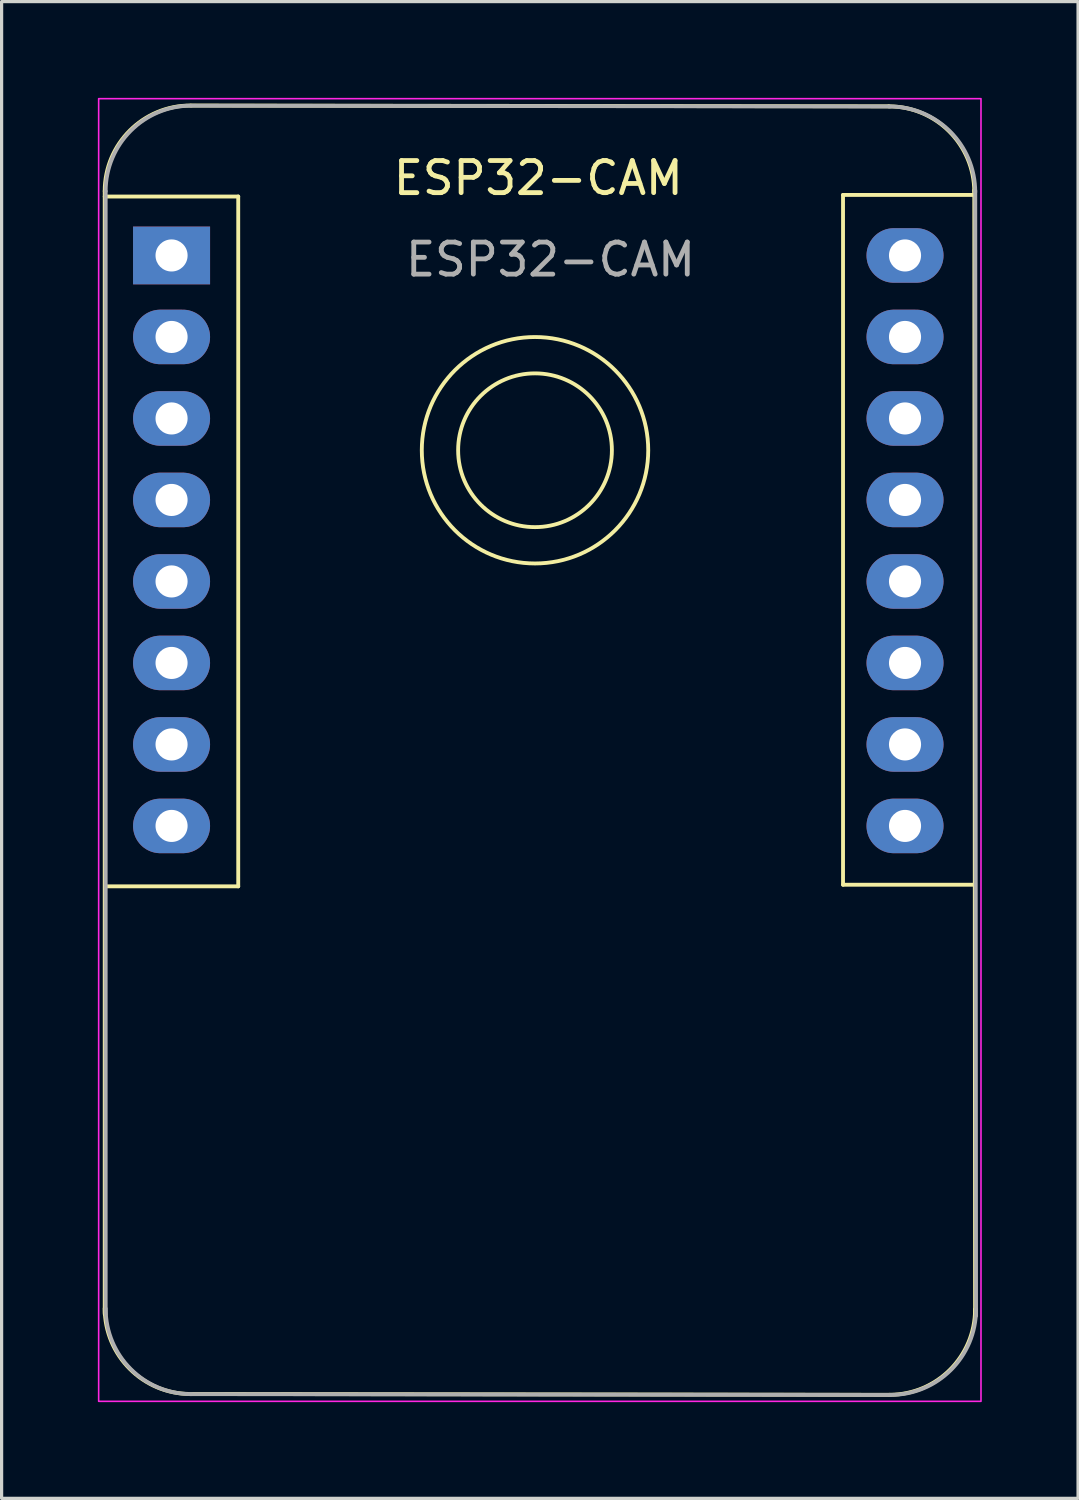
<source format=kicad_pcb>
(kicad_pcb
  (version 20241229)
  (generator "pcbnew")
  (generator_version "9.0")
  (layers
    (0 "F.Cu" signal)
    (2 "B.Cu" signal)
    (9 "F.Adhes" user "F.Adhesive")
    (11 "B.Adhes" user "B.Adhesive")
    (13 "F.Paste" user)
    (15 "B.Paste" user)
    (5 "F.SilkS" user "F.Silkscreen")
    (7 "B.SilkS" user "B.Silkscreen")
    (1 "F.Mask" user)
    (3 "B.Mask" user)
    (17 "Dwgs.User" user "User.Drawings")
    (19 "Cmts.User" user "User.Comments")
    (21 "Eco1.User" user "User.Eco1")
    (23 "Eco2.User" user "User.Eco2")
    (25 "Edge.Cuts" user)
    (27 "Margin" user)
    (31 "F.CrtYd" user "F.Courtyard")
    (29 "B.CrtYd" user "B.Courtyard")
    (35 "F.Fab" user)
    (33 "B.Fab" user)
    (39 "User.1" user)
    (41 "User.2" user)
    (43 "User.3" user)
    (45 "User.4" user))
  (footprint "ESP32-CAM"
    (layer "F.Cu")
    (at 13.625 16.825)
    (property "Reference" "ESP32-CAM" (at 0.102 -14.326 0) (layer "F.SilkS") (effects (font (size 1 1) (thickness 0.15))))
    (attr through_hole)
    (fp_line (start -13.411 -13.919) (end -13.411 21.082) (stroke (width 0.12) (type solid)) (layer "F.SilkS"))
    (fp_line (start -13.411 -13.75) (end -9.25 -13.75) (stroke (width 0.12) (type solid)) (layer "F.SilkS"))
    (fp_line (start -10.719 -16.586) (end 11.024 -16.561) (stroke (width 0.12) (type solid)) (layer "F.SilkS"))
    (fp_line (start -9.25 -13.75) (end -9.25 7.75) (stroke (width 0.12) (type solid)) (layer "F.SilkS"))
    (fp_line (start -9.25 7.75) (end -13.4 7.75) (stroke (width 0.12) (type solid)) (layer "F.SilkS"))
    (fp_line (start 9.6 -13.8) (end 13.691 -13.8) (stroke (width 0.12) (type solid)) (layer "F.SilkS"))
    (fp_line (start 9.6 7.7) (end 9.6 -13.8) (stroke (width 0.12) (type solid)) (layer "F.SilkS"))
    (fp_line (start 11.049 23.597) (end -10.795 23.571) (stroke (width 0.12) (type solid)) (layer "F.SilkS"))
    (fp_line (start 13.691 -13.945) (end 13.716 21.133) (stroke (width 0.12) (type solid)) (layer "F.SilkS"))
    (fp_line (start 13.7 7.7) (end 9.6 7.7) (stroke (width 0.12) (type solid)) (layer "F.SilkS"))
    (fp_arc (start -13.4112 -13.9192) (mid -12.630054 -15.805054) (end -10.7442 -16.5862) (stroke (width 0.12) (type solid)) (layer "F.SilkS"))
    (fp_arc (start -10.7442 23.5712) (mid -12.630054 22.790054) (end -13.4112 20.9042) (stroke (width 0.12) (type solid)) (layer "F.SilkS"))
    (fp_arc (start 11.0236 -16.5608) (mid 12.909454 -15.779654) (end 13.6906 -13.8938) (stroke (width 0.12) (type solid)) (layer "F.SilkS"))
    (fp_arc (start 13.716 20.9296) (mid 12.934854 22.815454) (end 11.049 23.5966) (stroke (width 0.12) (type solid)) (layer "F.SilkS"))
    (fp_circle (center 0 -5.842) (end 2.032 -4.572) (stroke (width 0.12) (type solid)) (fill no) (layer "F.SilkS"))
    (fp_circle (center 0 -5.842) (end 3.048 -4.064) (stroke (width 0.12) (type solid)) (fill no) (layer "F.SilkS"))
    (fp_rect (start -13.6 -16.8) (end 13.9 23.8) (stroke (width 0.05) (type solid)) (fill no) (layer "F.CrtYd"))
    (fp_line (start -13.381 -13.914) (end -13.381 21.087) (stroke (width 0.12) (type solid)) (layer "F.Fab"))
    (fp_line (start -10.689 -16.581) (end 11.054 -16.556) (stroke (width 0.12) (type solid)) (layer "F.Fab"))
    (fp_line (start 11.079 23.602) (end -10.765 23.576) (stroke (width 0.12) (type solid)) (layer "F.Fab"))
    (fp_line (start 13.721 -13.94) (end 13.746 21.138) (stroke (width 0.12) (type solid)) (layer "F.Fab"))
    (fp_arc (start -13.381146 -13.914147) (mid -12.599999 -15.8) (end -10.714146 -16.581147) (stroke (width 0.12) (type solid)) (layer "F.Fab"))
    (fp_arc (start -10.714146 23.576253) (mid -12.599999 22.795106) (end -13.381146 20.909253) (stroke (width 0.12) (type solid)) (layer "F.Fab"))
    (fp_arc (start 11.053654 -16.555747) (mid 12.939507 -15.7746) (end 13.720654 -13.888747) (stroke (width 0.12) (type solid)) (layer "F.Fab"))
    (fp_arc (start 13.746054 20.934653) (mid 12.964907 22.820506) (end 11.079054 23.601653) (stroke (width 0.12) (type solid)) (layer "F.Fab"))
    (fp_text user "${REFERENCE}" (at 0.483 -11.786 180) (layer "F.Fab") (effects (font (size 1 1) (thickness 0.15))))
    (pad "1" thru_hole rect (at -11.328 -11.913) (size 2.4 1.8) (drill 1) (layers "*.Cu" "*.Mask"))
    (pad "2" thru_hole oval (at -11.328 -9.373) (size 2.4 1.7) (drill 1) (layers "*.Cu" "*.Mask"))
    (pad "3" thru_hole oval (at -11.328 -6.833) (size 2.4 1.7) (drill 1) (layers "*.Cu" "*.Mask"))
    (pad "4" thru_hole oval (at -11.328 -4.293) (size 2.4 1.7) (drill 1) (layers "*.Cu" "*.Mask"))
    (pad "5" thru_hole oval (at -11.328 -1.753) (size 2.4 1.7) (drill 1) (layers "*.Cu" "*.Mask"))
    (pad "6" thru_hole oval (at -11.328 0.787) (size 2.4 1.7) (drill 1) (layers "*.Cu" "*.Mask"))
    (pad "7" thru_hole oval (at -11.328 3.327) (size 2.4 1.7) (drill 1) (layers "*.Cu" "*.Mask"))
    (pad "8" thru_hole oval (at -11.328 5.867) (size 2.4 1.7) (drill 1) (layers "*.Cu" "*.Mask"))
    (pad "9" thru_hole oval (at 11.532 5.867) (size 2.4 1.7) (drill 1) (layers "*.Cu" "*.Mask"))
    (pad "10" thru_hole oval (at 11.532 3.327) (size 2.4 1.7) (drill 1) (layers "*.Cu" "*.Mask"))
    (pad "11" thru_hole oval (at 11.532 0.787) (size 2.4 1.7) (drill 1) (layers "*.Cu" "*.Mask"))
    (pad "12" thru_hole oval (at 11.532 -1.753) (size 2.4 1.7) (drill 1) (layers "*.Cu" "*.Mask"))
    (pad "13" thru_hole oval (at 11.532 -4.293) (size 2.4 1.7) (drill 1) (layers "*.Cu" "*.Mask"))
    (pad "14" thru_hole oval (at 11.532 -6.833) (size 2.4 1.7) (drill 1) (layers "*.Cu" "*.Mask"))
    (pad "15" thru_hole oval (at 11.532 -9.373) (size 2.4 1.7) (drill 1) (layers "*.Cu" "*.Mask"))
    (pad "16" thru_hole oval (at 11.532 -11.913) (size 2.4 1.7) (drill 1) (layers "*.Cu" "*.Mask")))
  (gr_rect
    (start -3 -3)
    (end 30.55 43.65)
    (stroke (width 0.1) (type default))
    (fill no)
    (layer "Edge.Cuts")))
</source>
